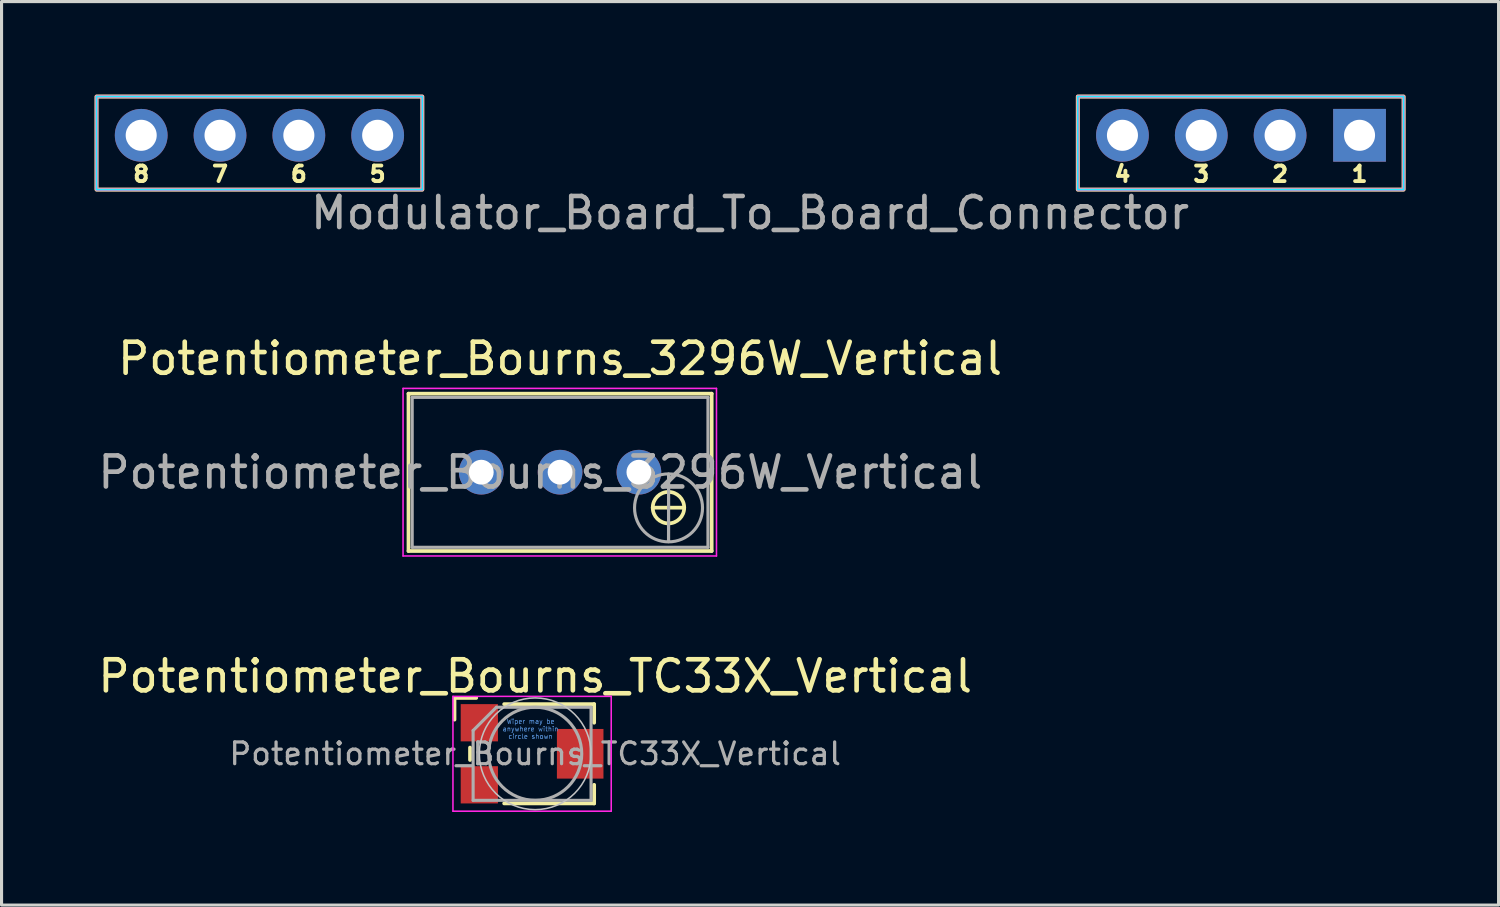
<source format=kicad_pcb>
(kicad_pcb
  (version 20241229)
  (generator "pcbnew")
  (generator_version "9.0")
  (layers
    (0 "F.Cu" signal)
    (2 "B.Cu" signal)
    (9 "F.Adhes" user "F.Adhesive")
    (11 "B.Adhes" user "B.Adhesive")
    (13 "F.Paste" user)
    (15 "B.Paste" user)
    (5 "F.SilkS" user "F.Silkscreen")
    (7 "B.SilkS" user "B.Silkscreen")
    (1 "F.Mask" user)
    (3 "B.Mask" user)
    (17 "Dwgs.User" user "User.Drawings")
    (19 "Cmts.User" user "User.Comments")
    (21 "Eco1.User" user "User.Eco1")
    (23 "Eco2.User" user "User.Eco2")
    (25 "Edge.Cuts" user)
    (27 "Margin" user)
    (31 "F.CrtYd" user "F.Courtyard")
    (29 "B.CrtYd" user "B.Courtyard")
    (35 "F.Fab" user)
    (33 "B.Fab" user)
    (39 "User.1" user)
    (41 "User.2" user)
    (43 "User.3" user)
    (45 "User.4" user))
  (footprint "Modulator_Board_To_Board_Connector"
    (layer "F.Cu")
    (at 21.12 1.31)
    (property "Reference" "Modulator_Board_To_Board_Connector" (at 0 2.5 0) (unlocked yes) (layer "F.Fab") (effects (font (size 1 1) (thickness 0.15))))
    (attr through_hole)
    (fp_rect (start -21.06 -1.25) (end -10.56 1.75) (stroke (width 0.12) (type solid)) (fill no) (layer "F.SilkS"))
    (fp_rect (start 10.56 -1.25) (end 21.06 1.75) (stroke (width 0.12) (type solid)) (fill no) (layer "F.SilkS"))
    (fp_rect (start -21.06 -1.25) (end -10.56 1.75) (stroke (width 0.12) (type solid)) (fill no) (layer "B.SilkS"))
    (fp_rect (start 10.56 -1.25) (end 21.06 1.75) (stroke (width 0.12) (type solid)) (fill no) (layer "B.SilkS"))
    (fp_rect (start -21.06 -1.25) (end -10.56 1.75) (stroke (width 0.05) (type solid)) (fill no) (layer "B.CrtYd"))
    (fp_rect (start 10.56 -1.25) (end 21.06 1.75) (stroke (width 0.05) (type solid)) (fill no) (layer "B.CrtYd"))
    (fp_rect (start -21.06 -1.25) (end -10.56 1.75) (stroke (width 0.05) (type solid)) (fill no) (layer "F.CrtYd"))
    (fp_rect (start 10.56 -1.25) (end 21.06 1.75) (stroke (width 0.05) (type solid)) (fill no) (layer "F.CrtYd"))
    (fp_text user "1" (at 19.64 1.25 0) (unlocked yes) (layer "F.SilkS") (effects (font (size 0.5 0.5) (thickness 0.125))))
    (fp_text user "3" (at 14.54 1.25 0) (unlocked yes) (layer "F.SilkS") (effects (font (size 0.5 0.5) (thickness 0.125))))
    (fp_text user "5" (at -12 1.25 0) (unlocked yes) (layer "F.SilkS") (effects (font (size 0.5 0.5) (thickness 0.125))))
    (fp_text user "4" (at 12 1.25 0) (unlocked yes) (layer "F.SilkS") (effects (font (size 0.5 0.5) (thickness 0.125))))
    (fp_text user "8" (at -19.62 1.25 0) (unlocked yes) (layer "F.SilkS") (effects (font (size 0.5 0.5) (thickness 0.125))))
    (fp_text user "7" (at -17.08 1.25 0) (unlocked yes) (layer "F.SilkS") (effects (font (size 0.5 0.5) (thickness 0.125))))
    (fp_text user "2" (at 17.08 1.25 0) (unlocked yes) (layer "F.SilkS") (effects (font (size 0.5 0.5) (thickness 0.125))))
    (fp_text user "6" (at -14.54 1.25 0) (unlocked yes) (layer "F.SilkS") (effects (font (size 0.5 0.5) (thickness 0.125))))
    (pad "1" thru_hole rect (at 19.64 0 270) (size 1.7 1.7) (drill 1) (layers "*.Cu" "*.Mask"))
    (pad "2" thru_hole oval (at 17.08 0 270) (size 1.7 1.7) (drill 1) (layers "*.Cu" "*.Mask"))
    (pad "3" thru_hole oval (at 14.54 0 270) (size 1.7 1.7) (drill 1) (layers "*.Cu" "*.Mask"))
    (pad "4" thru_hole oval (at 12 0 270) (size 1.7 1.7) (drill 1) (layers "*.Cu" "*.Mask"))
    (pad "5" thru_hole oval (at -12 0 270) (size 1.7 1.7) (drill 1) (layers "*.Cu" "*.Mask"))
    (pad "6" thru_hole oval (at -14.54 0 270) (size 1.7 1.7) (drill 1) (layers "*.Cu" "*.Mask"))
    (pad "7" thru_hole oval (at -17.08 0 270) (size 1.7 1.7) (drill 1) (layers "*.Cu" "*.Mask"))
    (pad "8" thru_hole oval (at -19.62 0 270) (size 1.7 1.7) (drill 1) (layers "*.Cu" "*.Mask")))
  (footprint "Potentiometer_Bourns_TC33X_Vertical"
    (layer "F.Cu")
    (at 14.196 21.24)
    (property "Reference" "Potentiometer_Bourns_TC33X_Vertical" (at 0 -2.5 0) (layer "F.SilkS") (effects (font (size 1 1) (thickness 0.15))))
    (attr smd)
    (fp_line (start -2.6 -1.8) (end -2.6 -1.1) (stroke (width 0.12) (type solid)) (layer "F.SilkS"))
    (fp_line (start -2.1 -0.2) (end -2.1 0.2) (stroke (width 0.12) (type solid)) (layer "F.SilkS"))
    (fp_line (start -1.9 -1.8) (end -2.6 -1.8) (stroke (width 0.12) (type solid)) (layer "F.SilkS"))
    (fp_line (start -1 -1.6) (end 1.9 -1.6) (stroke (width 0.12) (type solid)) (layer "F.SilkS"))
    (fp_line (start -1 1.6) (end 1.9 1.6) (stroke (width 0.12) (type solid)) (layer "F.SilkS"))
    (fp_line (start 1.9 -1.6) (end 1.9 -1) (stroke (width 0.12) (type solid)) (layer "F.SilkS"))
    (fp_line (start 1.9 1.6) (end 1.9 1) (stroke (width 0.12) (type solid)) (layer "F.SilkS"))
    (fp_circle (center 0 0) (end 1.8 0) (stroke (width 0.05) (type solid)) (fill no) (layer "Dwgs.User"))
    (fp_line (start -2.65 -1.85) (end 2.45 -1.85) (stroke (width 0.05) (type solid)) (layer "F.CrtYd"))
    (fp_line (start -2.65 1.85) (end -2.65 -1.85) (stroke (width 0.05) (type solid)) (layer "F.CrtYd"))
    (fp_line (start 2.45 -1.85) (end 2.45 1.85) (stroke (width 0.05) (type solid)) (layer "F.CrtYd"))
    (fp_line (start 2.45 1.85) (end -2.65 1.85) (stroke (width 0.05) (type solid)) (layer "F.CrtYd"))
    (fp_line (start -2 -0.75) (end -2 1.5) (stroke (width 0.1) (type solid)) (layer "F.Fab"))
    (fp_line (start -2 1.5) (end 1.8 1.5) (stroke (width 0.1) (type solid)) (layer "F.Fab"))
    (fp_line (start -1.25 -1.5) (end -2 -0.75) (stroke (width 0.1) (type solid)) (layer "F.Fab"))
    (fp_line (start 1.8 -1.5) (end -1.25 -1.5) (stroke (width 0.1) (type solid)) (layer "F.Fab"))
    (fp_line (start 1.8 1.5) (end 1.8 -1.5) (stroke (width 0.1) (type solid)) (layer "F.Fab"))
    (fp_circle (center 0 0) (end 1.5 0) (stroke (width 0.1) (type solid)) (fill no) (layer "F.Fab"))
    (fp_text user "Wiper may be\nanywhere within\ncircle shown" (at -0.15 -0.8 0) (layer "Cmts.User") (effects (font (size 0.15 0.15) (thickness 0.02))))
    (fp_text user "${REFERENCE}" (at 0 0 0) (layer "F.Fab") (effects (font (size 0.7 0.7) (thickness 0.105))))
    (pad "1" smd rect (at -1.8 -1) (size 1.2 1.2) (layers "F.Cu" "F.Mask" "F.Paste"))
    (pad "2" smd rect (at 1.45 0) (size 1.5 1.6) (layers "F.Cu" "F.Mask" "F.Paste"))
    (pad "3" smd rect (at -1.8 1) (size 1.2 1.2) (layers "F.Cu" "F.Mask" "F.Paste")))
  (footprint "Potentiometer_Bourns_3296W_Vertical"
    (layer "F.Cu")
    (at 17.538 12.166)
    (property "Reference" "Potentiometer_Bourns_3296W_Vertical" (at -2.54 -3.66 0) (layer "F.SilkS") (effects (font (size 1 1) (thickness 0.15))))
    (attr through_hole)
    (fp_line (start -7.425 -2.53) (end -7.425 2.54) (stroke (width 0.12) (type solid)) (layer "F.SilkS"))
    (fp_line (start -7.425 -2.53) (end 2.345 -2.53) (stroke (width 0.12) (type solid)) (layer "F.SilkS"))
    (fp_line (start -7.425 2.54) (end 2.345 2.54) (stroke (width 0.12) (type solid)) (layer "F.SilkS"))
    (fp_line (start 0.445 1.143) (end 1.46 1.143) (stroke (width 0.12) (type solid)) (layer "F.SilkS"))
    (fp_line (start 2.345 -2.53) (end 2.345 2.54) (stroke (width 0.12) (type solid)) (layer "F.SilkS"))
    (fp_circle (center 0.953 1.143) (end 1.46 1.143) (stroke (width 0.12) (type solid)) (fill no) (layer "F.SilkS"))
    (fp_line (start -7.6 -2.7) (end -7.6 2.7) (stroke (width 0.05) (type solid)) (layer "F.CrtYd"))
    (fp_line (start -7.6 2.7) (end 2.5 2.7) (stroke (width 0.05) (type solid)) (layer "F.CrtYd"))
    (fp_line (start 2.5 -2.7) (end -7.6 -2.7) (stroke (width 0.05) (type solid)) (layer "F.CrtYd"))
    (fp_line (start 2.5 2.7) (end 2.5 -2.7) (stroke (width 0.05) (type solid)) (layer "F.CrtYd"))
    (fp_line (start -7.305 -2.41) (end -7.305 2.42) (stroke (width 0.1) (type solid)) (layer "F.Fab"))
    (fp_line (start -7.305 2.42) (end 2.225 2.42) (stroke (width 0.1) (type solid)) (layer "F.Fab"))
    (fp_line (start 0.955 2.235) (end 0.956 0.066) (stroke (width 0.1) (type solid)) (layer "F.Fab"))
    (fp_line (start 0.955 2.235) (end 0.956 0.066) (stroke (width 0.1) (type solid)) (layer "F.Fab"))
    (fp_line (start 2.225 -2.41) (end -7.305 -2.41) (stroke (width 0.1) (type solid)) (layer "F.Fab"))
    (fp_line (start 2.225 2.42) (end 2.225 -2.41) (stroke (width 0.1) (type solid)) (layer "F.Fab"))
    (fp_circle (center 0.955 1.15) (end 2.05 1.15) (stroke (width 0.1) (type solid)) (fill no) (layer "F.Fab"))
    (fp_text user "${REFERENCE}" (at -3.175 0.005 0) (layer "F.Fab") (effects (font (size 1 1) (thickness 0.15))))
    (pad "1" thru_hole circle (at 0 0) (size 1.44 1.44) (drill 0.8) (layers "*.Cu" "*.Mask"))
    (pad "2" thru_hole circle (at -2.54 0) (size 1.44 1.44) (drill 0.8) (layers "*.Cu" "*.Mask"))
    (pad "3" thru_hole circle (at -5.08 0) (size 1.44 1.44) (drill 0.8) (layers "*.Cu" "*.Mask")))
  (gr_rect
    (start -3 -3)
    (end 45.24 26.115)
    (stroke (width 0.1) (type default))
    (fill no)
    (layer "Edge.Cuts")))
</source>
